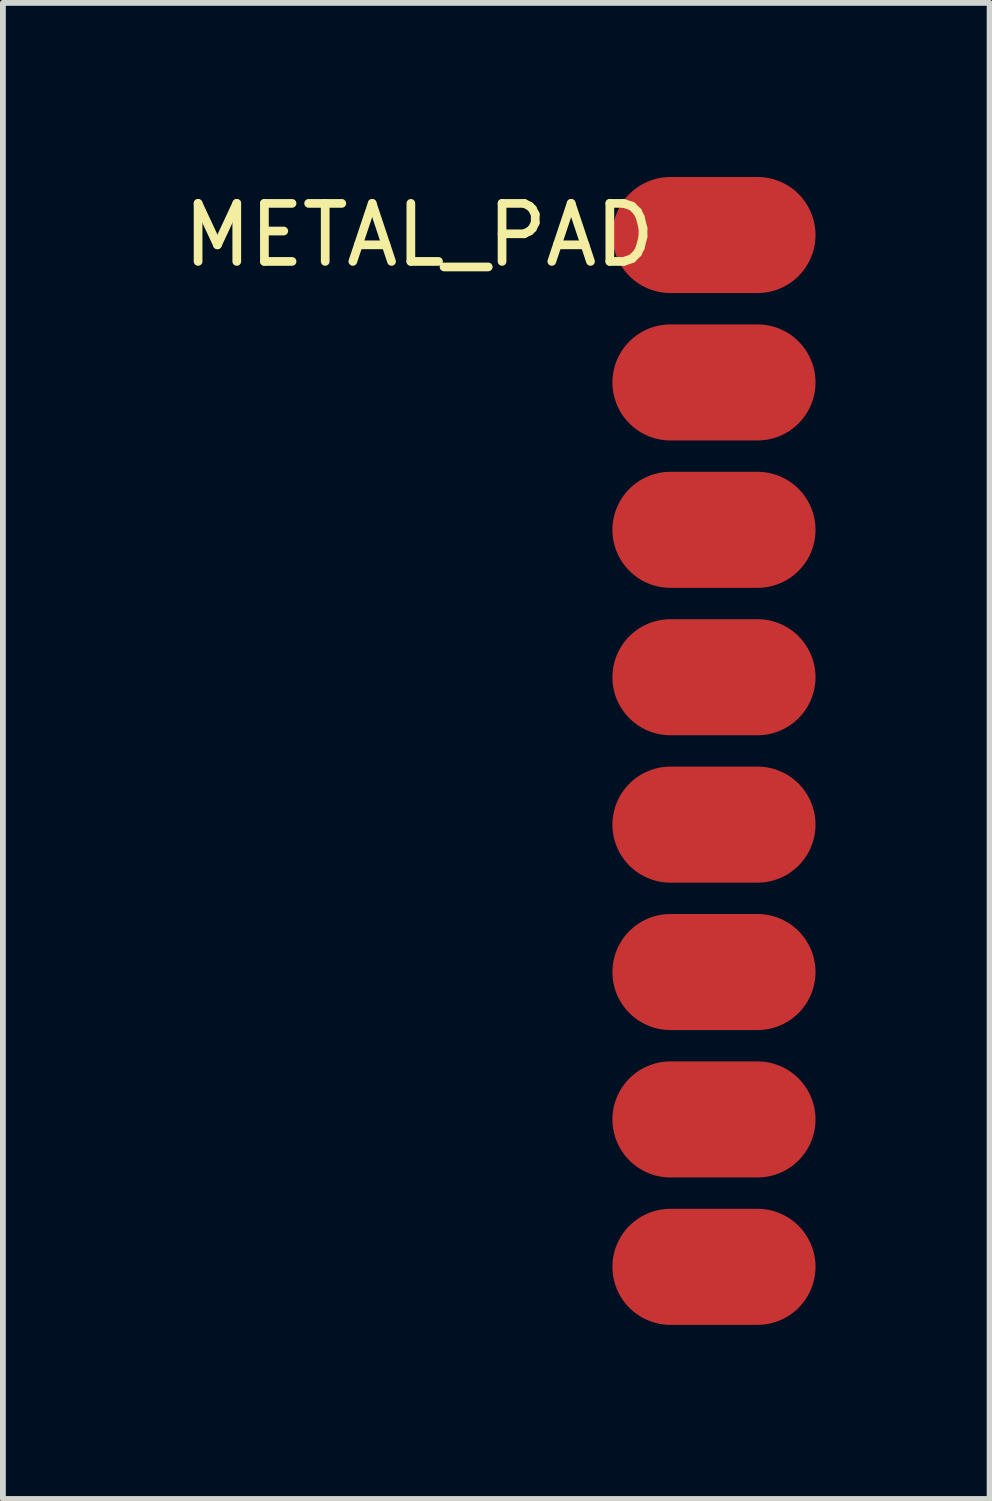
<source format=kicad_pcb>
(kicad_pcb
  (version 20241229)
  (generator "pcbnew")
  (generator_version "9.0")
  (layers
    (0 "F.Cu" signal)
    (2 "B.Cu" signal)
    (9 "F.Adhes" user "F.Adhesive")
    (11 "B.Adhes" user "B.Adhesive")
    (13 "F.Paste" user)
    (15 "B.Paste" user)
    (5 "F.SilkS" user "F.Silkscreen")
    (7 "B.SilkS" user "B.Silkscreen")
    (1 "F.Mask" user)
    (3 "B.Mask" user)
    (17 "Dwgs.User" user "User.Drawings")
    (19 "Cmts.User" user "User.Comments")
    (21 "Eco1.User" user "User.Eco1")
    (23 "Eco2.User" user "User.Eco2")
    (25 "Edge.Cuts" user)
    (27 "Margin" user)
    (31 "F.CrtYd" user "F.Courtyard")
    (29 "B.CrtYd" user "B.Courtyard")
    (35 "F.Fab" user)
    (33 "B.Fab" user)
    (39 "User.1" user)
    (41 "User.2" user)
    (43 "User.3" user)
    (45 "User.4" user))
  (footprint "METAL_PAD"
    (layer "F.Cu")
    (at 9.253 1)
    (property "Reference" "METAL_PAD" (at -5.08 0 0) (layer "F.SilkS") (effects (font (size 1 1) (thickness 0.15))))
    (attr through_hole)
    (pad "1" connect oval (at 0 0) (size 3.5 2) (layers "F.Cu" "F.Mask"))
    (pad "2" connect oval (at 0 2.54) (size 3.5 2) (layers "F.Cu" "F.Mask"))
    (pad "3" connect oval (at 0 5.08) (size 3.5 2) (layers "F.Cu" "F.Mask"))
    (pad "4" connect oval (at 0 7.62) (size 3.5 2) (layers "F.Cu" "F.Mask"))
    (pad "5" connect oval (at 0 10.16) (size 3.5 2) (layers "F.Cu" "F.Mask"))
    (pad "6" connect oval (at 0 12.7) (size 3.5 2) (layers "F.Cu" "F.Mask"))
    (pad "7" connect oval (at 0 15.24) (size 3.5 2) (layers "F.Cu" "F.Mask"))
    (pad "8" connect oval (at 0 17.78) (size 3.5 2) (layers "F.Cu" "F.Mask")))
  (gr_rect
    (start -3 -3)
    (end 14.003 22.78)
    (stroke (width 0.1) (type default))
    (fill no)
    (layer "Edge.Cuts")))
</source>
